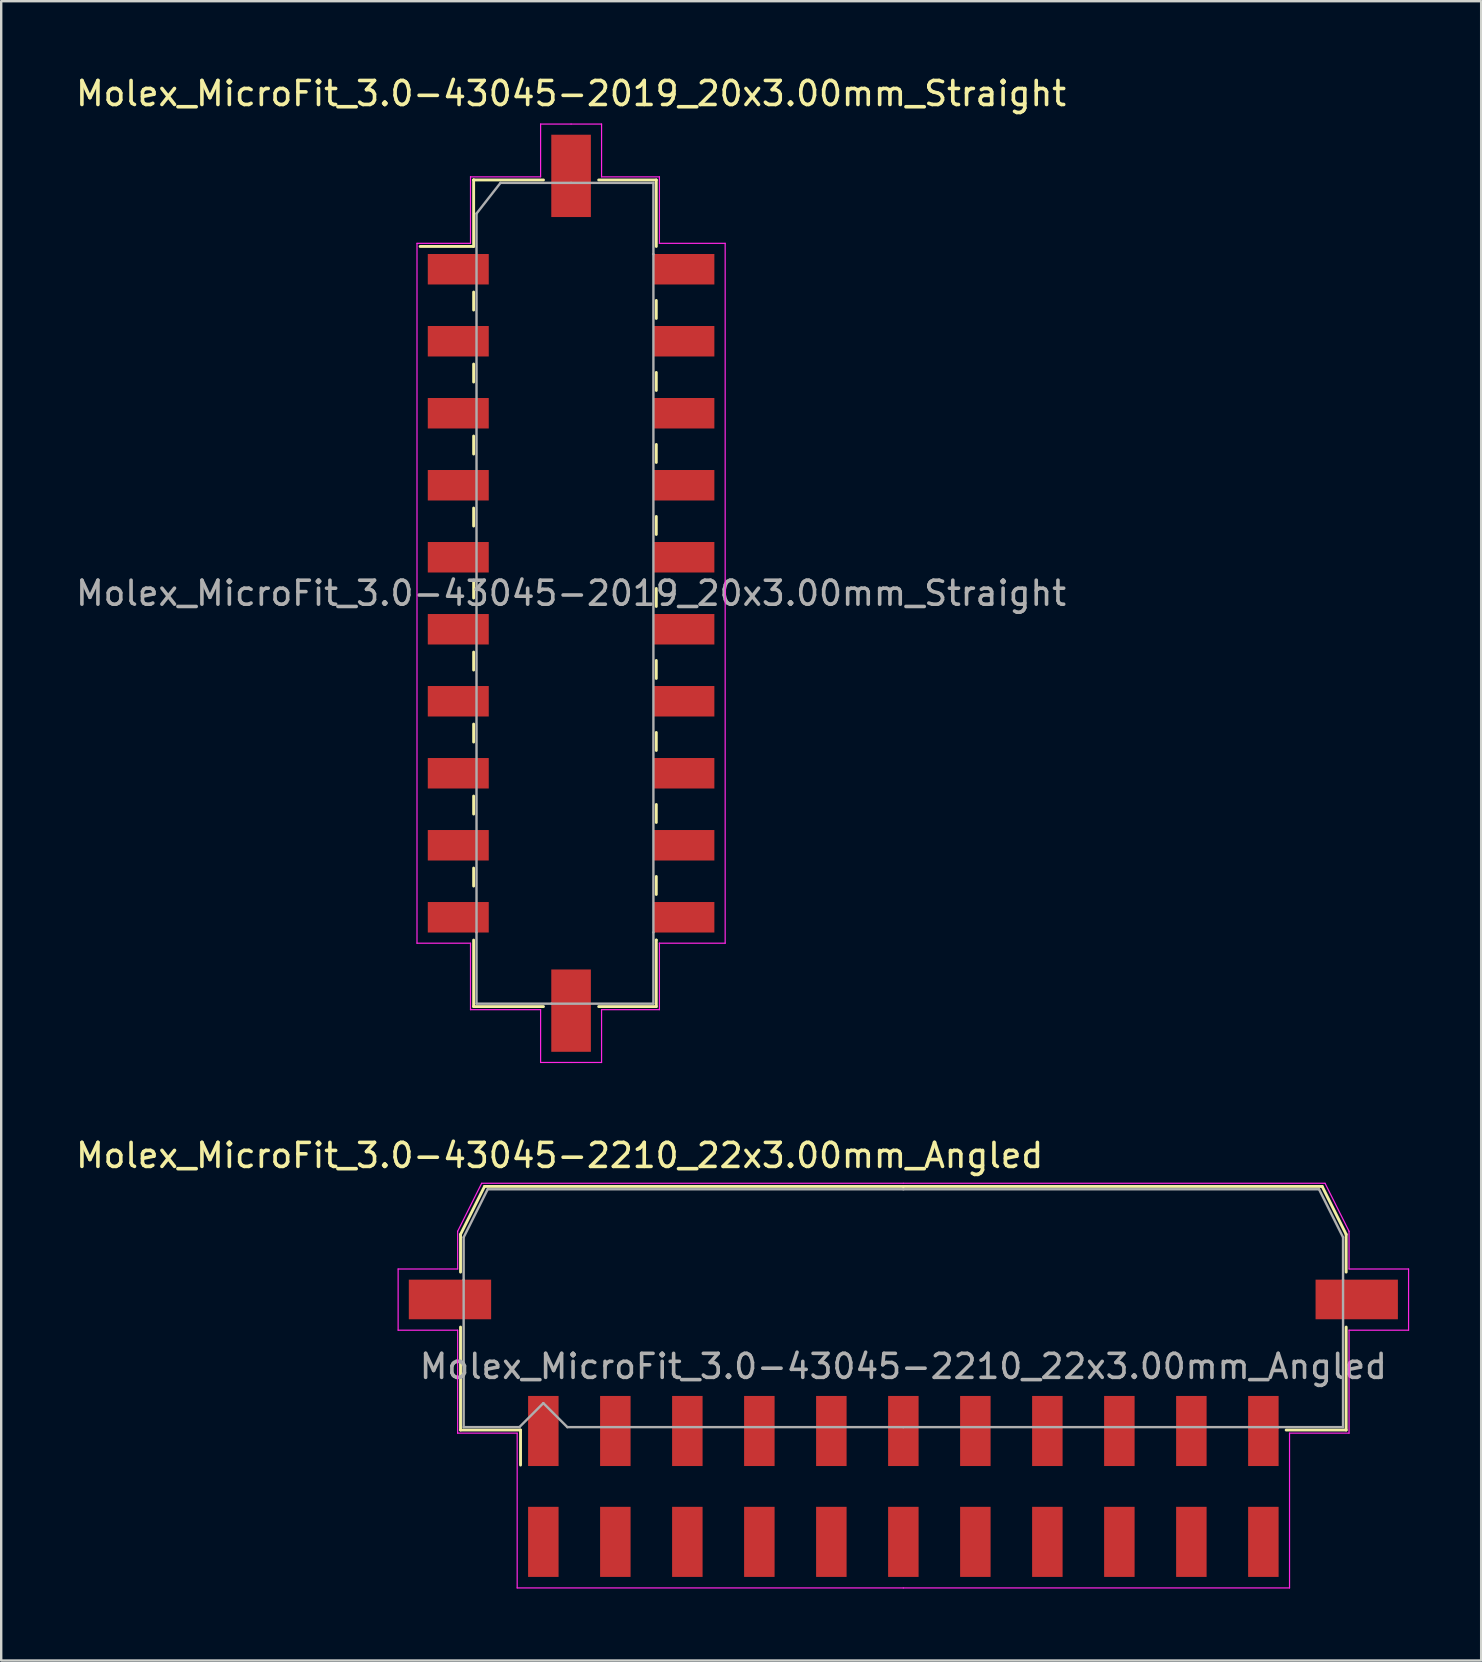
<source format=kicad_pcb>
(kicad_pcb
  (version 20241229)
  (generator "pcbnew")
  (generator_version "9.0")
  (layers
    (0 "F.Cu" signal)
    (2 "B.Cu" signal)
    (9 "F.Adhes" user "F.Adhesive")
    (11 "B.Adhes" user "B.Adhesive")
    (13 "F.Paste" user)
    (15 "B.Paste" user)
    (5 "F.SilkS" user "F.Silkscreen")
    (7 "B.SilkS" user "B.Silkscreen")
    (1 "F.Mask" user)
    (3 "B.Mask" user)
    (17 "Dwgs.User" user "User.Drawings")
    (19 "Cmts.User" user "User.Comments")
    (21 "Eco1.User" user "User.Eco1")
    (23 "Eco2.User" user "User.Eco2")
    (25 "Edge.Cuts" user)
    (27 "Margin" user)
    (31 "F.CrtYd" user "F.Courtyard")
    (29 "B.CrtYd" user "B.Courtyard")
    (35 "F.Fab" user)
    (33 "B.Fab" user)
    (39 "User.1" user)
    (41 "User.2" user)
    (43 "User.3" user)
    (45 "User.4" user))
  (footprint "Molex_MicroFit_3.0-43045-2019_20x3.00mm_Straight"
    (layer "F.Cu")
    (at 20.744 21.668)
    (property "Reference" "Molex_MicroFit_3.0-43045-2019_20x3.00mm_Straight" (at 0 -20.82 0) (layer "F.SilkS") (effects (font (size 1 1) (thickness 0.15))))
    (attr smd)
    (fp_line (start -6.29 -14.45) (end -4.06 -14.45) (stroke (width 0.12) (type solid)) (layer "F.SilkS"))
    (fp_line (start -4.06 -17.22) (end -4.06 -17.22) (stroke (width 0.12) (type solid)) (layer "F.SilkS"))
    (fp_line (start -4.06 -17.22) (end -1.15 -17.22) (stroke (width 0.12) (type solid)) (layer "F.SilkS"))
    (fp_line (start -4.06 -14.45) (end -4.06 -17.22) (stroke (width 0.12) (type solid)) (layer "F.SilkS"))
    (fp_line (start -4.06 -12.55) (end -4.06 -11.8) (stroke (width 0.12) (type solid)) (layer "F.SilkS"))
    (fp_line (start -4.06 -9.55) (end -4.06 -8.8) (stroke (width 0.12) (type solid)) (layer "F.SilkS"))
    (fp_line (start -4.06 -6.55) (end -4.06 -5.8) (stroke (width 0.12) (type solid)) (layer "F.SilkS"))
    (fp_line (start -4.06 -3.55) (end -4.06 -2.8) (stroke (width 0.12) (type solid)) (layer "F.SilkS"))
    (fp_line (start -4.06 -0.55) (end -4.06 0.2) (stroke (width 0.12) (type solid)) (layer "F.SilkS"))
    (fp_line (start -4.06 2.45) (end -4.06 3.2) (stroke (width 0.12) (type solid)) (layer "F.SilkS"))
    (fp_line (start -4.06 5.45) (end -4.06 6.2) (stroke (width 0.12) (type solid)) (layer "F.SilkS"))
    (fp_line (start -4.06 8.45) (end -4.06 9.2) (stroke (width 0.12) (type solid)) (layer "F.SilkS"))
    (fp_line (start -4.06 11.45) (end -4.06 12.2) (stroke (width 0.12) (type solid)) (layer "F.SilkS"))
    (fp_line (start -4.06 17.22) (end -4.06 14.45) (stroke (width 0.12) (type solid)) (layer "F.SilkS"))
    (fp_line (start -1.15 17.22) (end -4.06 17.22) (stroke (width 0.12) (type solid)) (layer "F.SilkS"))
    (fp_line (start 1.15 -17.22) (end 3.55 -17.22) (stroke (width 0.12) (type solid)) (layer "F.SilkS"))
    (fp_line (start 3.55 -17.22) (end 3.55 -14.45) (stroke (width 0.12) (type solid)) (layer "F.SilkS"))
    (fp_line (start 3.55 -11.45) (end 3.55 -12.2) (stroke (width 0.12) (type solid)) (layer "F.SilkS"))
    (fp_line (start 3.55 -8.45) (end 3.55 -9.2) (stroke (width 0.12) (type solid)) (layer "F.SilkS"))
    (fp_line (start 3.55 -5.45) (end 3.55 -6.2) (stroke (width 0.12) (type solid)) (layer "F.SilkS"))
    (fp_line (start 3.55 -2.45) (end 3.55 -3.2) (stroke (width 0.12) (type solid)) (layer "F.SilkS"))
    (fp_line (start 3.55 0.55) (end 3.55 -0.2) (stroke (width 0.12) (type solid)) (layer "F.SilkS"))
    (fp_line (start 3.55 3.55) (end 3.55 2.8) (stroke (width 0.12) (type solid)) (layer "F.SilkS"))
    (fp_line (start 3.55 6.55) (end 3.55 5.8) (stroke (width 0.12) (type solid)) (layer "F.SilkS"))
    (fp_line (start 3.55 9.55) (end 3.55 8.8) (stroke (width 0.12) (type solid)) (layer "F.SilkS"))
    (fp_line (start 3.55 12.55) (end 3.55 11.8) (stroke (width 0.12) (type solid)) (layer "F.SilkS"))
    (fp_line (start 3.55 14.45) (end 3.55 14.45) (stroke (width 0.12) (type solid)) (layer "F.SilkS"))
    (fp_line (start 3.55 14.45) (end 3.55 17.22) (stroke (width 0.12) (type solid)) (layer "F.SilkS"))
    (fp_line (start 3.55 17.22) (end 1.15 17.22) (stroke (width 0.12) (type solid)) (layer "F.SilkS"))
    (fp_line (start -6.42 -14.58) (end -4.19 -14.58) (stroke (width 0.05) (type solid)) (layer "F.CrtYd"))
    (fp_line (start -6.42 14.58) (end -6.42 -14.58) (stroke (width 0.05) (type solid)) (layer "F.CrtYd"))
    (fp_line (start -4.19 -17.35) (end -4.19 -17.35) (stroke (width 0.05) (type solid)) (layer "F.CrtYd"))
    (fp_line (start -4.19 -17.35) (end -1.27 -17.35) (stroke (width 0.05) (type solid)) (layer "F.CrtYd"))
    (fp_line (start -4.19 -14.58) (end -4.19 -17.35) (stroke (width 0.05) (type solid)) (layer "F.CrtYd"))
    (fp_line (start -4.19 14.58) (end -6.42 14.58) (stroke (width 0.05) (type solid)) (layer "F.CrtYd"))
    (fp_line (start -4.19 17.35) (end -4.19 14.58) (stroke (width 0.05) (type solid)) (layer "F.CrtYd"))
    (fp_line (start -1.27 -19.55) (end 0 -19.55) (stroke (width 0.05) (type solid)) (layer "F.CrtYd"))
    (fp_line (start -1.27 -17.35) (end -1.27 -19.55) (stroke (width 0.05) (type solid)) (layer "F.CrtYd"))
    (fp_line (start -1.27 17.35) (end -4.19 17.35) (stroke (width 0.05) (type solid)) (layer "F.CrtYd"))
    (fp_line (start -1.27 19.55) (end -1.27 17.35) (stroke (width 0.05) (type solid)) (layer "F.CrtYd"))
    (fp_line (start 0 -19.55) (end 1.27 -19.55) (stroke (width 0.05) (type solid)) (layer "F.CrtYd"))
    (fp_line (start 0 19.55) (end -1.27 19.55) (stroke (width 0.05) (type solid)) (layer "F.CrtYd"))
    (fp_line (start 1.27 -19.55) (end 1.27 -17.35) (stroke (width 0.05) (type solid)) (layer "F.CrtYd"))
    (fp_line (start 1.27 -17.35) (end 3.68 -17.35) (stroke (width 0.05) (type solid)) (layer "F.CrtYd"))
    (fp_line (start 1.27 17.35) (end 1.27 19.55) (stroke (width 0.05) (type solid)) (layer "F.CrtYd"))
    (fp_line (start 1.27 19.55) (end 0 19.55) (stroke (width 0.05) (type solid)) (layer "F.CrtYd"))
    (fp_line (start 3.68 -17.35) (end 3.68 -14.58) (stroke (width 0.05) (type solid)) (layer "F.CrtYd"))
    (fp_line (start 3.68 -14.58) (end 6.42 -14.58) (stroke (width 0.05) (type solid)) (layer "F.CrtYd"))
    (fp_line (start 3.68 14.58) (end 3.68 14.58) (stroke (width 0.05) (type solid)) (layer "F.CrtYd"))
    (fp_line (start 3.68 14.58) (end 3.68 17.35) (stroke (width 0.05) (type solid)) (layer "F.CrtYd"))
    (fp_line (start 3.68 17.35) (end 1.27 17.35) (stroke (width 0.05) (type solid)) (layer "F.CrtYd"))
    (fp_line (start 6.42 -14.58) (end 6.42 14.58) (stroke (width 0.05) (type solid)) (layer "F.CrtYd"))
    (fp_line (start 6.42 14.58) (end 3.68 14.58) (stroke (width 0.05) (type solid)) (layer "F.CrtYd"))
    (fp_line (start -3.94 -15.82) (end -2.94 -17.1) (stroke (width 0.1) (type solid)) (layer "F.Fab"))
    (fp_line (start -3.94 14.13) (end -3.94 -15.82) (stroke (width 0.1) (type solid)) (layer "F.Fab"))
    (fp_line (start -3.94 17.1) (end -3.94 14.13) (stroke (width 0.1) (type solid)) (layer "F.Fab"))
    (fp_line (start -2.94 -17.1) (end 0 -17.1) (stroke (width 0.1) (type solid)) (layer "F.Fab"))
    (fp_line (start -0.82 17.1) (end -3.94 17.1) (stroke (width 0.1) (type solid)) (layer "F.Fab"))
    (fp_line (start 0 -17.1) (end 3.43 -17.1) (stroke (width 0.1) (type solid)) (layer "F.Fab"))
    (fp_line (start 3.43 -17.1) (end 3.43 -14.13) (stroke (width 0.1) (type solid)) (layer "F.Fab"))
    (fp_line (start 3.43 -14.13) (end 3.43 14.13) (stroke (width 0.1) (type solid)) (layer "F.Fab"))
    (fp_line (start 3.43 14.13) (end 3.43 17.1) (stroke (width 0.1) (type solid)) (layer "F.Fab"))
    (fp_line (start 3.43 17.1) (end -0.82 17.1) (stroke (width 0.1) (type solid)) (layer "F.Fab"))
    (fp_text user "${REFERENCE}" (at 0 0 0) (layer "F.Fab") (effects (font (size 1 1) (thickness 0.15))))
    (pad "" smd rect (at 0 -17.39) (size 1.65 3.43) (layers "F.Cu" "F.Mask" "F.Paste"))
    (pad "" smd rect (at 0 17.39) (size 1.65 3.43) (layers "F.Cu" "F.Mask" "F.Paste"))
    (pad "1" smd rect (at -4.7 -13.5) (size 2.54 1.27) (layers "F.Cu" "F.Mask" "F.Paste"))
    (pad "2" smd rect (at -4.7 -10.5) (size 2.54 1.27) (layers "F.Cu" "F.Mask" "F.Paste"))
    (pad "3" smd rect (at -4.7 -7.5) (size 2.54 1.27) (layers "F.Cu" "F.Mask" "F.Paste"))
    (pad "4" smd rect (at -4.7 -4.5) (size 2.54 1.27) (layers "F.Cu" "F.Mask" "F.Paste"))
    (pad "5" smd rect (at -4.7 -1.5) (size 2.54 1.27) (layers "F.Cu" "F.Mask" "F.Paste"))
    (pad "6" smd rect (at -4.7 1.5) (size 2.54 1.27) (layers "F.Cu" "F.Mask" "F.Paste"))
    (pad "7" smd rect (at -4.7 4.5) (size 2.54 1.27) (layers "F.Cu" "F.Mask" "F.Paste"))
    (pad "8" smd rect (at -4.7 7.5) (size 2.54 1.27) (layers "F.Cu" "F.Mask" "F.Paste"))
    (pad "9" smd rect (at -4.7 10.5) (size 2.54 1.27) (layers "F.Cu" "F.Mask" "F.Paste"))
    (pad "10" smd rect (at -4.7 13.5) (size 2.54 1.27) (layers "F.Cu" "F.Mask" "F.Paste"))
    (pad "11" smd rect (at 4.7 13.5) (size 2.54 1.27) (layers "F.Cu" "F.Mask" "F.Paste"))
    (pad "12" smd rect (at 4.7 10.5) (size 2.54 1.27) (layers "F.Cu" "F.Mask" "F.Paste"))
    (pad "13" smd rect (at 4.7 7.5) (size 2.54 1.27) (layers "F.Cu" "F.Mask" "F.Paste"))
    (pad "14" smd rect (at 4.7 4.5) (size 2.54 1.27) (layers "F.Cu" "F.Mask" "F.Paste"))
    (pad "15" smd rect (at 4.7 1.5) (size 2.54 1.27) (layers "F.Cu" "F.Mask" "F.Paste"))
    (pad "16" smd rect (at 4.7 -1.5) (size 2.54 1.27) (layers "F.Cu" "F.Mask" "F.Paste"))
    (pad "17" smd rect (at 4.7 -4.5) (size 2.54 1.27) (layers "F.Cu" "F.Mask" "F.Paste"))
    (pad "18" smd rect (at 4.7 -7.5) (size 2.54 1.27) (layers "F.Cu" "F.Mask" "F.Paste"))
    (pad "19" smd rect (at 4.7 -10.5) (size 2.54 1.27) (layers "F.Cu" "F.Mask" "F.Paste"))
    (pad "20" smd rect (at 4.7 -13.5) (size 2.54 1.27) (layers "F.Cu" "F.Mask" "F.Paste")))
  (footprint "Molex_MicroFit_3.0-43045-2210_22x3.00mm_Angled"
    (layer "F.Cu")
    (at 34.588 58.882)
    (property "Reference" "Molex_MicroFit_3.0-43045-2210_22x3.00mm_Angled" (at -14.32 -13.79 0) (layer "F.SilkS") (effects (font (size 1 1) (thickness 0.15))))
    (attr smd)
    (fp_line (start -18.45 -10.5) (end -18.45 -8.93) (stroke (width 0.12) (type solid)) (layer "F.SilkS"))
    (fp_line (start -18.45 -6.64) (end -18.45 -2.35) (stroke (width 0.12) (type solid)) (layer "F.SilkS"))
    (fp_line (start -18.45 -2.35) (end -15.95 -2.35) (stroke (width 0.12) (type solid)) (layer "F.SilkS"))
    (fp_line (start -17.45 -12.5) (end -18.45 -10.5) (stroke (width 0.12) (type solid)) (layer "F.SilkS"))
    (fp_line (start -15.95 -2.35) (end -15.95 -0.89) (stroke (width 0.12) (type solid)) (layer "F.SilkS"))
    (fp_line (start 0 -12.5) (end -17.45 -12.5) (stroke (width 0.12) (type solid)) (layer "F.SilkS"))
    (fp_line (start 0 -12.5) (end 17.45 -12.5) (stroke (width 0.12) (type solid)) (layer "F.SilkS"))
    (fp_line (start 17.45 -12.5) (end 18.45 -10.5) (stroke (width 0.12) (type solid)) (layer "F.SilkS"))
    (fp_line (start 18.45 -10.5) (end 18.45 -8.93) (stroke (width 0.12) (type solid)) (layer "F.SilkS"))
    (fp_line (start 18.45 -6.64) (end 18.45 -2.35) (stroke (width 0.12) (type solid)) (layer "F.SilkS"))
    (fp_line (start 18.45 -2.35) (end 15.95 -2.35) (stroke (width 0.12) (type solid)) (layer "F.SilkS"))
    (fp_line (start -21.05 -9.06) (end -21.05 -6.51) (stroke (width 0.05) (type solid)) (layer "F.CrtYd"))
    (fp_line (start -21.05 -6.51) (end -18.57 -6.51) (stroke (width 0.05) (type solid)) (layer "F.CrtYd"))
    (fp_line (start -18.57 -10.63) (end -18.57 -9.06) (stroke (width 0.05) (type solid)) (layer "F.CrtYd"))
    (fp_line (start -18.57 -9.06) (end -21.05 -9.06) (stroke (width 0.05) (type solid)) (layer "F.CrtYd"))
    (fp_line (start -18.57 -6.51) (end -18.57 -2.22) (stroke (width 0.05) (type solid)) (layer "F.CrtYd"))
    (fp_line (start -18.57 -2.22) (end -16.09 -2.22) (stroke (width 0.05) (type solid)) (layer "F.CrtYd"))
    (fp_line (start -17.57 -12.63) (end -18.57 -10.63) (stroke (width 0.05) (type solid)) (layer "F.CrtYd"))
    (fp_line (start -16.09 -2.22) (end -16.09 4.23) (stroke (width 0.05) (type solid)) (layer "F.CrtYd"))
    (fp_line (start -16.09 4.23) (end 0 4.23) (stroke (width 0.05) (type solid)) (layer "F.CrtYd"))
    (fp_line (start 0 -12.63) (end -17.57 -12.63) (stroke (width 0.05) (type solid)) (layer "F.CrtYd"))
    (fp_line (start 0 -12.63) (end 17.57 -12.63) (stroke (width 0.05) (type solid)) (layer "F.CrtYd"))
    (fp_line (start 16.09 -2.22) (end 16.09 4.23) (stroke (width 0.05) (type solid)) (layer "F.CrtYd"))
    (fp_line (start 16.09 4.23) (end 0 4.23) (stroke (width 0.05) (type solid)) (layer "F.CrtYd"))
    (fp_line (start 17.57 -12.63) (end 18.57 -10.63) (stroke (width 0.05) (type solid)) (layer "F.CrtYd"))
    (fp_line (start 18.57 -10.63) (end 18.57 -9.06) (stroke (width 0.05) (type solid)) (layer "F.CrtYd"))
    (fp_line (start 18.57 -9.06) (end 21.05 -9.06) (stroke (width 0.05) (type solid)) (layer "F.CrtYd"))
    (fp_line (start 18.57 -6.51) (end 18.57 -2.22) (stroke (width 0.05) (type solid)) (layer "F.CrtYd"))
    (fp_line (start 18.57 -2.22) (end 16.09 -2.22) (stroke (width 0.05) (type solid)) (layer "F.CrtYd"))
    (fp_line (start 21.05 -9.06) (end 21.05 -6.51) (stroke (width 0.05) (type solid)) (layer "F.CrtYd"))
    (fp_line (start 21.05 -6.51) (end 18.57 -6.51) (stroke (width 0.05) (type solid)) (layer "F.CrtYd"))
    (fp_line (start -18.32 -10.38) (end -18.32 -8.61) (stroke (width 0.1) (type solid)) (layer "F.Fab"))
    (fp_line (start -18.32 -8.61) (end -18.32 -2.47) (stroke (width 0.1) (type solid)) (layer "F.Fab"))
    (fp_line (start -18.32 -2.47) (end -16 -2.47) (stroke (width 0.1) (type solid)) (layer "F.Fab"))
    (fp_line (start -17.32 -12.38) (end -18.32 -10.38) (stroke (width 0.1) (type solid)) (layer "F.Fab"))
    (fp_line (start -16 -2.47) (end -15 -3.47) (stroke (width 0.1) (type solid)) (layer "F.Fab"))
    (fp_line (start -15 -3.47) (end -14 -2.47) (stroke (width 0.1) (type solid)) (layer "F.Fab"))
    (fp_line (start -14 -2.47) (end 0 -2.47) (stroke (width 0.1) (type solid)) (layer "F.Fab"))
    (fp_line (start 0 -12.38) (end -17.32 -12.38) (stroke (width 0.1) (type solid)) (layer "F.Fab"))
    (fp_line (start 0 -12.38) (end 17.32 -12.38) (stroke (width 0.1) (type solid)) (layer "F.Fab"))
    (fp_line (start 15.63 -2.47) (end 0 -2.47) (stroke (width 0.1) (type solid)) (layer "F.Fab"))
    (fp_line (start 17.32 -12.38) (end 18.32 -10.38) (stroke (width 0.1) (type solid)) (layer "F.Fab"))
    (fp_line (start 18.32 -10.38) (end 18.32 -8.61) (stroke (width 0.1) (type solid)) (layer "F.Fab"))
    (fp_line (start 18.32 -8.61) (end 18.32 -2.47) (stroke (width 0.1) (type solid)) (layer "F.Fab"))
    (fp_line (start 18.32 -2.47) (end 15.63 -2.47) (stroke (width 0.1) (type solid)) (layer "F.Fab"))
    (fp_text user "${REFERENCE}" (at 0 -5 0) (layer "F.Fab") (effects (font (size 1 1) (thickness 0.15))))
    (pad "" smd rect (at -18.89 -7.79) (size 3.43 1.65) (layers "F.Cu" "F.Mask" "F.Paste"))
    (pad "" smd rect (at 18.89 -7.79) (size 3.43 1.65) (layers "F.Cu" "F.Mask" "F.Paste"))
    (pad "1" smd rect (at -15 -2.31) (size 1.27 2.92) (layers "F.Cu" "F.Mask" "F.Paste"))
    (pad "2" smd rect (at -12 -2.31) (size 1.27 2.92) (layers "F.Cu" "F.Mask" "F.Paste"))
    (pad "3" smd rect (at -9 -2.31) (size 1.27 2.92) (layers "F.Cu" "F.Mask" "F.Paste"))
    (pad "4" smd rect (at -6 -2.31) (size 1.27 2.92) (layers "F.Cu" "F.Mask" "F.Paste"))
    (pad "5" smd rect (at -3 -2.31) (size 1.27 2.92) (layers "F.Cu" "F.Mask" "F.Paste"))
    (pad "6" smd rect (at 0 -2.31) (size 1.27 2.92) (layers "F.Cu" "F.Mask" "F.Paste"))
    (pad "7" smd rect (at 3 -2.31) (size 1.27 2.92) (layers "F.Cu" "F.Mask" "F.Paste"))
    (pad "8" smd rect (at 6 -2.31) (size 1.27 2.92) (layers "F.Cu" "F.Mask" "F.Paste"))
    (pad "9" smd rect (at 9 -2.31) (size 1.27 2.92) (layers "F.Cu" "F.Mask" "F.Paste"))
    (pad "10" smd rect (at 12 -2.31) (size 1.27 2.92) (layers "F.Cu" "F.Mask" "F.Paste"))
    (pad "11" smd rect (at 15 -2.31) (size 1.27 2.92) (layers "F.Cu" "F.Mask" "F.Paste"))
    (pad "12" smd rect (at 15 2.31) (size 1.27 2.92) (layers "F.Cu" "F.Mask" "F.Paste"))
    (pad "13" smd rect (at 12 2.31) (size 1.27 2.92) (layers "F.Cu" "F.Mask" "F.Paste"))
    (pad "14" smd rect (at 9 2.31) (size 1.27 2.92) (layers "F.Cu" "F.Mask" "F.Paste"))
    (pad "15" smd rect (at 6 2.31) (size 1.27 2.92) (layers "F.Cu" "F.Mask" "F.Paste"))
    (pad "16" smd rect (at 3 2.31) (size 1.27 2.92) (layers "F.Cu" "F.Mask" "F.Paste"))
    (pad "17" smd rect (at 0 2.31) (size 1.27 2.92) (layers "F.Cu" "F.Mask" "F.Paste"))
    (pad "18" smd rect (at -3 2.31) (size 1.27 2.92) (layers "F.Cu" "F.Mask" "F.Paste"))
    (pad "19" smd rect (at -6 2.31) (size 1.27 2.92) (layers "F.Cu" "F.Mask" "F.Paste"))
    (pad "20" smd rect (at -9 2.31) (size 1.27 2.92) (layers "F.Cu" "F.Mask" "F.Paste"))
    (pad "21" smd rect (at -12 2.31) (size 1.27 2.92) (layers "F.Cu" "F.Mask" "F.Paste"))
    (pad "22" smd rect (at -15 2.31) (size 1.27 2.92) (layers "F.Cu" "F.Mask" "F.Paste")))
  (gr_rect
    (start -3 -3)
    (end 58.663 66.136)
    (stroke (width 0.1) (type default))
    (fill no)
    (layer "Edge.Cuts")))
</source>
